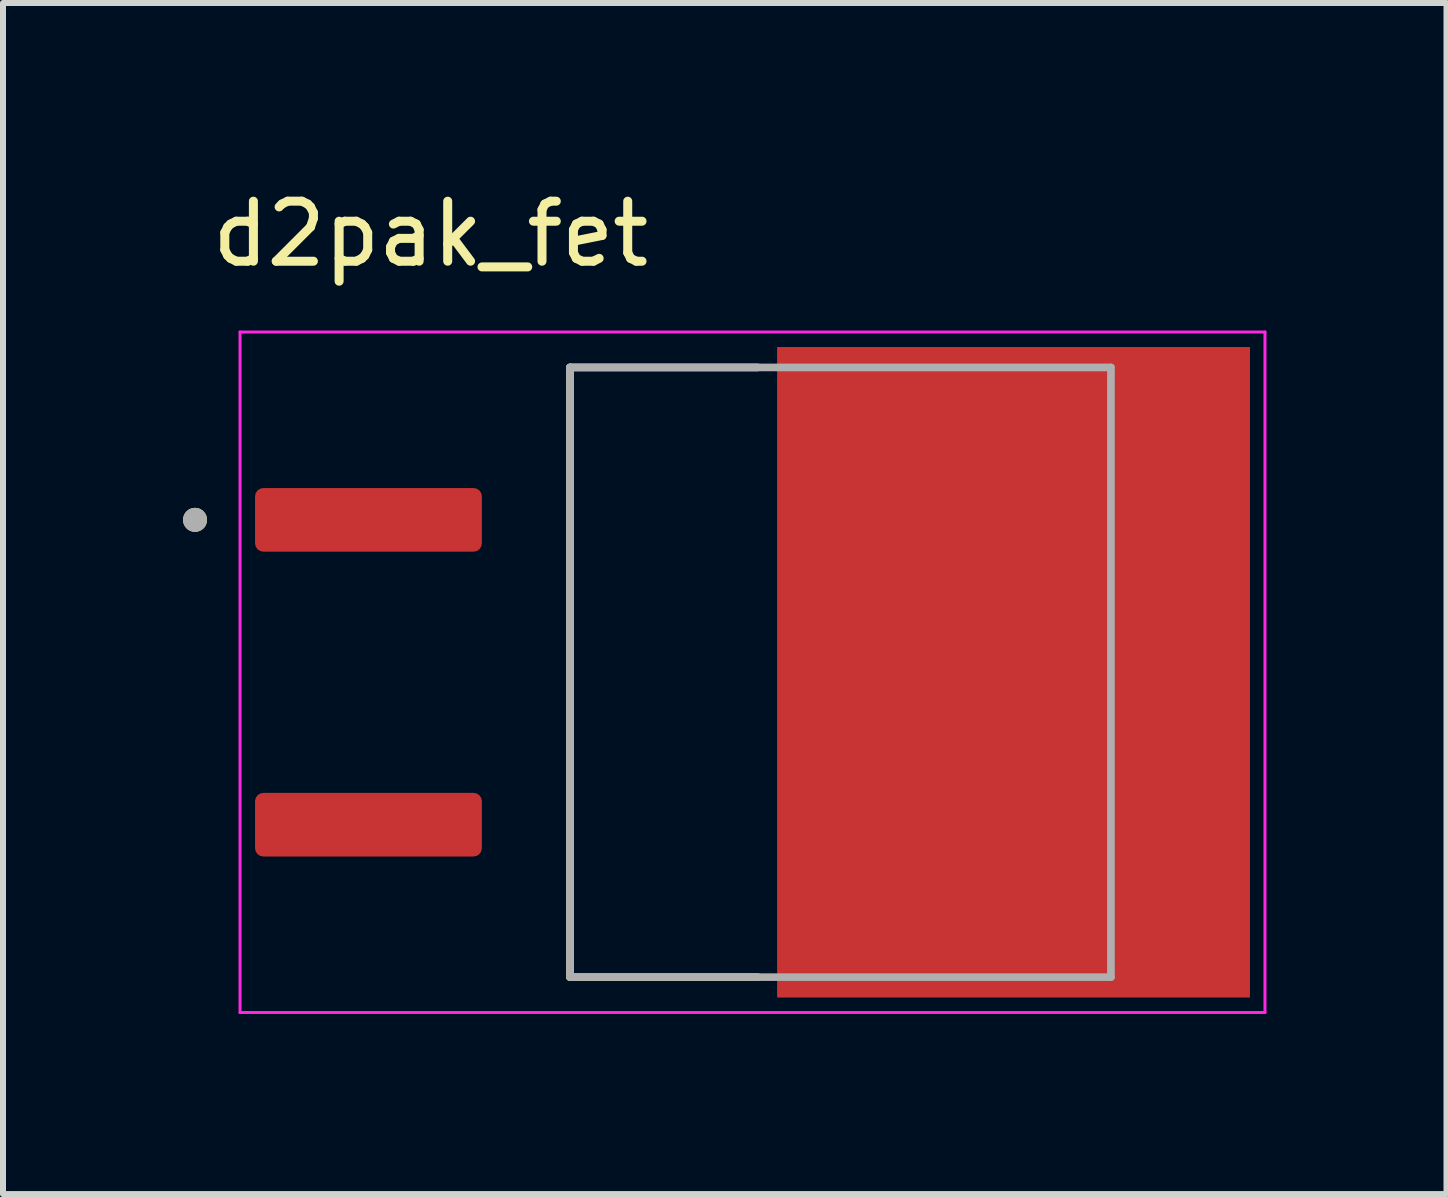
<source format=kicad_pcb>
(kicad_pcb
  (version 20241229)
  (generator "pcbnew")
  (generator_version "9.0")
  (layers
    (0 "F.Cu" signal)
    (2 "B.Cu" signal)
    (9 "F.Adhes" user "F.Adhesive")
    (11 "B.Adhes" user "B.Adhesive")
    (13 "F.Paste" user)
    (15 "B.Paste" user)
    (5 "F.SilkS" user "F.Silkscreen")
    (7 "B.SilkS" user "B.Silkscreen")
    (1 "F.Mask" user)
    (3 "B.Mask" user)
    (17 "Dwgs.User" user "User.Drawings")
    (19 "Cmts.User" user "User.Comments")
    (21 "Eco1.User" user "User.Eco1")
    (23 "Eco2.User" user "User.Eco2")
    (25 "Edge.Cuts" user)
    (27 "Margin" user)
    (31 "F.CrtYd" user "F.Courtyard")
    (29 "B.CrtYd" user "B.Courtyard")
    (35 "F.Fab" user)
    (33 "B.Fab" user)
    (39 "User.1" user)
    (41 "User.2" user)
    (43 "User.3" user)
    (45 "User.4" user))
  (footprint "d2pak_fet"
    (layer "F.Cu")
    (at 9.49 8.153)
    (property "Reference" "d2pak_fet" (at -5.365 -7.305 0) (layer "F.SilkS") (effects (font (size 1 1) (thickness 0.15))))
    (attr smd)
    (fp_line (start -3.042 -5.08) (end -3.042 5.08) (stroke (width 0.127) (type solid)) (layer "F.SilkS"))
    (fp_line (start -3.042 5.08) (end 0.09 5.08) (stroke (width 0.127) (type solid)) (layer "F.SilkS"))
    (fp_line (start 0.09 -5.08) (end -3.042 -5.08) (stroke (width 0.127) (type solid)) (layer "F.SilkS"))
    (fp_circle (center -9.29 -2.54) (end -9.19 -2.54) (stroke (width 0.2) (type solid)) (fill no) (layer "F.SilkS"))
    (fp_poly (pts (xy 0.96 -5.15) (xy 2.48 -5.15) (xy 2.48 -3.9) (xy 0.96 -3.9)) (stroke (width 0.01) (type solid)) (fill yes) (layer "F.Paste"))
    (fp_poly (pts (xy 0.96 -3.34) (xy 2.48 -3.34) (xy 2.48 -2.09) (xy 0.96 -2.09)) (stroke (width 0.01) (type solid)) (fill yes) (layer "F.Paste"))
    (fp_poly (pts (xy 0.96 -1.53) (xy 2.48 -1.53) (xy 2.48 -0.28) (xy 0.96 -0.28)) (stroke (width 0.01) (type solid)) (fill yes) (layer "F.Paste"))
    (fp_poly (pts (xy 0.96 0.28) (xy 2.48 0.28) (xy 2.48 1.53) (xy 0.96 1.53)) (stroke (width 0.01) (type solid)) (fill yes) (layer "F.Paste"))
    (fp_poly (pts (xy 0.96 2.09) (xy 2.48 2.09) (xy 2.48 3.34) (xy 0.96 3.34)) (stroke (width 0.01) (type solid)) (fill yes) (layer "F.Paste"))
    (fp_poly (pts (xy 0.96 3.9) (xy 2.48 3.9) (xy 2.48 5.15) (xy 0.96 5.15)) (stroke (width 0.01) (type solid)) (fill yes) (layer "F.Paste"))
    (fp_poly (pts (xy 3.59 -5.15) (xy 5.11 -5.15) (xy 5.11 -3.9) (xy 3.59 -3.9)) (stroke (width 0.01) (type solid)) (fill yes) (layer "F.Paste"))
    (fp_poly (pts (xy 3.59 -3.34) (xy 5.11 -3.34) (xy 5.11 -2.09) (xy 3.59 -2.09)) (stroke (width 0.01) (type solid)) (fill yes) (layer "F.Paste"))
    (fp_poly (pts (xy 3.59 -1.53) (xy 5.11 -1.53) (xy 5.11 -0.28) (xy 3.59 -0.28)) (stroke (width 0.01) (type solid)) (fill yes) (layer "F.Paste"))
    (fp_poly (pts (xy 3.59 0.28) (xy 5.11 0.28) (xy 5.11 1.53) (xy 3.59 1.53)) (stroke (width 0.01) (type solid)) (fill yes) (layer "F.Paste"))
    (fp_poly (pts (xy 3.59 2.09) (xy 5.11 2.09) (xy 5.11 3.34) (xy 3.59 3.34)) (stroke (width 0.01) (type solid)) (fill yes) (layer "F.Paste"))
    (fp_poly (pts (xy 3.59 3.9) (xy 5.11 3.9) (xy 5.11 5.15) (xy 3.59 5.15)) (stroke (width 0.01) (type solid)) (fill yes) (layer "F.Paste"))
    (fp_poly (pts (xy 6.22 -5.15) (xy 7.74 -5.15) (xy 7.74 -3.9) (xy 6.22 -3.9)) (stroke (width 0.01) (type solid)) (fill yes) (layer "F.Paste"))
    (fp_poly (pts (xy 6.22 -3.34) (xy 7.74 -3.34) (xy 7.74 -2.09) (xy 6.22 -2.09)) (stroke (width 0.01) (type solid)) (fill yes) (layer "F.Paste"))
    (fp_poly (pts (xy 6.22 -1.53) (xy 7.74 -1.53) (xy 7.74 -0.28) (xy 6.22 -0.28)) (stroke (width 0.01) (type solid)) (fill yes) (layer "F.Paste"))
    (fp_poly (pts (xy 6.22 0.28) (xy 7.74 0.28) (xy 7.74 1.53) (xy 6.22 1.53)) (stroke (width 0.01) (type solid)) (fill yes) (layer "F.Paste"))
    (fp_poly (pts (xy 6.22 2.09) (xy 7.74 2.09) (xy 7.74 3.34) (xy 6.22 3.34)) (stroke (width 0.01) (type solid)) (fill yes) (layer "F.Paste"))
    (fp_poly (pts (xy 6.22 3.9) (xy 7.74 3.9) (xy 7.74 5.15) (xy 6.22 5.15)) (stroke (width 0.01) (type solid)) (fill yes) (layer "F.Paste"))
    (fp_line (start -8.54 -5.67) (end -8.54 5.67) (stroke (width 0.05) (type solid)) (layer "F.CrtYd"))
    (fp_line (start -8.54 5.67) (end 8.54 5.67) (stroke (width 0.05) (type solid)) (layer "F.CrtYd"))
    (fp_line (start 8.54 -5.67) (end -8.54 -5.67) (stroke (width 0.05) (type solid)) (layer "F.CrtYd"))
    (fp_line (start 8.54 5.67) (end 8.54 -5.67) (stroke (width 0.05) (type solid)) (layer "F.CrtYd"))
    (fp_line (start -3.042 -5.08) (end -3.042 5.08) (stroke (width 0.127) (type solid)) (layer "F.Fab"))
    (fp_line (start -3.042 5.08) (end 5.973 5.08) (stroke (width 0.127) (type solid)) (layer "F.Fab"))
    (fp_line (start 5.973 -5.08) (end -3.042 -5.08) (stroke (width 0.127) (type solid)) (layer "F.Fab"))
    (fp_line (start 5.973 5.08) (end 5.973 -5.08) (stroke (width 0.127) (type solid)) (layer "F.Fab"))
    (fp_circle (center -9.29 -2.54) (end -9.19 -2.54) (stroke (width 0.2) (type solid)) (fill no) (layer "F.Fab"))
    (pad "1" smd roundrect (at -6.4 -2.54) (size 3.78 1.06) (layers "F.Cu" "F.Mask" "F.Paste") (roundrect_rratio 0.13))
    (pad "3" smd roundrect (at -6.4 2.54) (size 3.78 1.06) (layers "F.Cu" "F.Mask" "F.Paste") (roundrect_rratio 0.13))
    (pad "4" smd rect (at 4.35 0) (size 7.88 10.84) (layers "F.Cu" "F.Mask")))
  (gr_rect
    (start -3 -3)
    (end 21.055 16.848)
    (stroke (width 0.1) (type default))
    (fill no)
    (layer "Edge.Cuts")))
</source>
